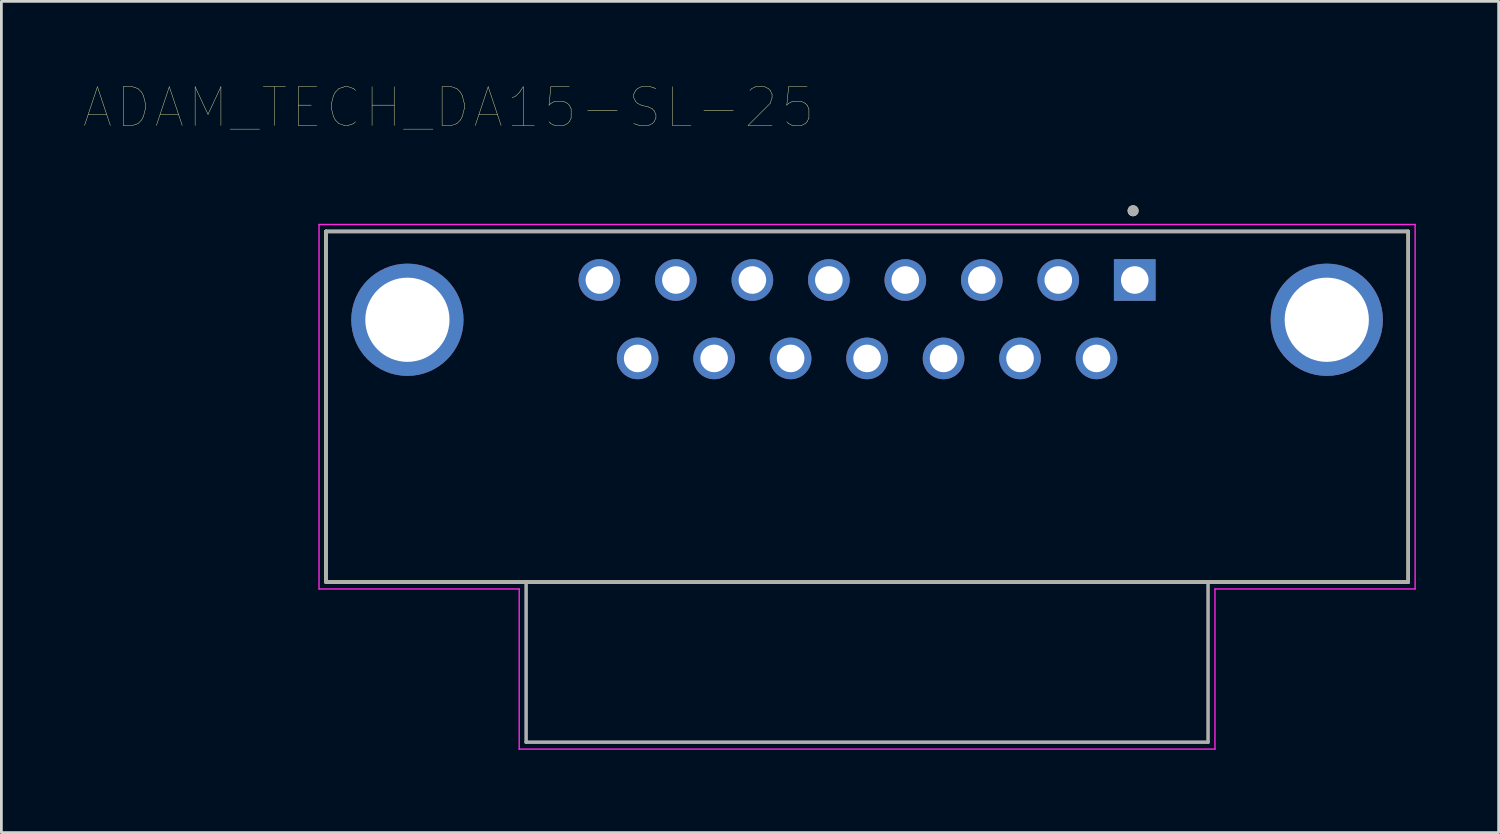
<source format=kicad_pcb>
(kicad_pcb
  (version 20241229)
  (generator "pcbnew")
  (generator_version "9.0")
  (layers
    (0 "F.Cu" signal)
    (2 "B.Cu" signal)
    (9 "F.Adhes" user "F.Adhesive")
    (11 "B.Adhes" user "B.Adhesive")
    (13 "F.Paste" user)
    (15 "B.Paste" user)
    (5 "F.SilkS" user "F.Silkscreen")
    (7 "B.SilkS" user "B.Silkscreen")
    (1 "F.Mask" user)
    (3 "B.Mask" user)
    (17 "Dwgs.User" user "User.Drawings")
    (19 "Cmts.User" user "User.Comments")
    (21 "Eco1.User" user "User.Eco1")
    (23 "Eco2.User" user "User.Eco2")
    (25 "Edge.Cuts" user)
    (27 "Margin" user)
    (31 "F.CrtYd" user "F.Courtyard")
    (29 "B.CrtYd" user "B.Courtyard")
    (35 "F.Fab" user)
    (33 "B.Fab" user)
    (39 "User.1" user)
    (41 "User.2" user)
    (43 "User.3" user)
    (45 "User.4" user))
  (footprint "ADAM_TECH_DA15-SL-25"
    (layer "F.Cu")
    (at 28.356 8.512)
    (property "Reference" "ADAM_TECH_DA15-SL-25" (at -15.159 -7.666 0) (layer "F.SilkS") (effects (font (size 1.402 1.402) (thickness 0.015))))
    (attr through_hole)
    (fp_line (start -19.6 -3.18) (end 19.6 -3.18) (stroke (width 0.127) (type solid)) (layer "F.SilkS"))
    (fp_line (start -19.6 9.52) (end -19.6 -3.18) (stroke (width 0.127) (type solid)) (layer "F.SilkS"))
    (fp_line (start 19.6 -3.18) (end 19.6 9.52) (stroke (width 0.127) (type solid)) (layer "F.SilkS"))
    (fp_line (start 19.6 9.52) (end -19.6 9.52) (stroke (width 0.127) (type solid)) (layer "F.SilkS"))
    (fp_circle (center 9.635 -3.928) (end 9.735 -3.928) (stroke (width 0.2) (type solid)) (fill no) (layer "F.SilkS"))
    (fp_line (start -19.85 -3.43) (end 19.85 -3.43) (stroke (width 0.05) (type solid)) (layer "F.CrtYd"))
    (fp_line (start -19.85 9.77) (end -19.85 -3.43) (stroke (width 0.05) (type solid)) (layer "F.CrtYd"))
    (fp_line (start -12.6 9.77) (end -19.85 9.77) (stroke (width 0.05) (type solid)) (layer "F.CrtYd"))
    (fp_line (start -12.6 15.57) (end -12.6 9.77) (stroke (width 0.05) (type solid)) (layer "F.CrtYd"))
    (fp_line (start 12.6 9.77) (end 12.6 15.57) (stroke (width 0.05) (type solid)) (layer "F.CrtYd"))
    (fp_line (start 12.6 15.57) (end -12.6 15.57) (stroke (width 0.05) (type solid)) (layer "F.CrtYd"))
    (fp_line (start 19.85 -3.43) (end 19.85 9.77) (stroke (width 0.05) (type solid)) (layer "F.CrtYd"))
    (fp_line (start 19.85 9.77) (end 12.6 9.77) (stroke (width 0.05) (type solid)) (layer "F.CrtYd"))
    (fp_line (start -19.6 -3.18) (end 19.6 -3.18) (stroke (width 0.127) (type solid)) (layer "F.Fab"))
    (fp_line (start -19.6 9.52) (end -19.6 -3.18) (stroke (width 0.127) (type solid)) (layer "F.Fab"))
    (fp_line (start -12.35 9.52) (end -19.6 9.52) (stroke (width 0.127) (type solid)) (layer "F.Fab"))
    (fp_line (start -12.35 15.32) (end -12.35 9.52) (stroke (width 0.127) (type solid)) (layer "F.Fab"))
    (fp_line (start 12.35 9.52) (end -12.35 9.52) (stroke (width 0.127) (type solid)) (layer "F.Fab"))
    (fp_line (start 12.35 9.52) (end 12.35 15.32) (stroke (width 0.127) (type solid)) (layer "F.Fab"))
    (fp_line (start 12.35 15.32) (end -12.35 15.32) (stroke (width 0.127) (type solid)) (layer "F.Fab"))
    (fp_line (start 19.6 -3.18) (end 19.6 9.52) (stroke (width 0.127) (type solid)) (layer "F.Fab"))
    (fp_line (start 19.6 9.52) (end 12.35 9.52) (stroke (width 0.127) (type solid)) (layer "F.Fab"))
    (fp_circle (center 9.635 -3.928) (end 9.735 -3.928) (stroke (width 0.2) (type solid)) (fill no) (layer "F.Fab"))
    (pad "1" thru_hole rect (at 9.695 -1.42) (size 1.508 1.508) (drill 1) (layers "*.Cu" "*.Mask"))
    (pad "2" thru_hole circle (at 6.925 -1.42) (size 1.508 1.508) (drill 1) (layers "*.Cu" "*.Mask"))
    (pad "3" thru_hole circle (at 4.155 -1.42) (size 1.508 1.508) (drill 1) (layers "*.Cu" "*.Mask"))
    (pad "4" thru_hole circle (at 1.385 -1.42) (size 1.508 1.508) (drill 1) (layers "*.Cu" "*.Mask"))
    (pad "5" thru_hole circle (at -1.385 -1.42) (size 1.508 1.508) (drill 1) (layers "*.Cu" "*.Mask"))
    (pad "6" thru_hole circle (at -4.155 -1.42) (size 1.508 1.508) (drill 1) (layers "*.Cu" "*.Mask"))
    (pad "7" thru_hole circle (at -6.925 -1.42) (size 1.508 1.508) (drill 1) (layers "*.Cu" "*.Mask"))
    (pad "8" thru_hole circle (at -9.695 -1.42) (size 1.508 1.508) (drill 1) (layers "*.Cu" "*.Mask"))
    (pad "9" thru_hole circle (at 8.31 1.42) (size 1.508 1.508) (drill 1) (layers "*.Cu" "*.Mask"))
    (pad "10" thru_hole circle (at 5.54 1.42) (size 1.508 1.508) (drill 1) (layers "*.Cu" "*.Mask"))
    (pad "11" thru_hole circle (at 2.77 1.42) (size 1.508 1.508) (drill 1) (layers "*.Cu" "*.Mask"))
    (pad "12" thru_hole circle (at 0 1.42) (size 1.508 1.508) (drill 1) (layers "*.Cu" "*.Mask"))
    (pad "13" thru_hole circle (at -2.77 1.42) (size 1.508 1.508) (drill 1) (layers "*.Cu" "*.Mask"))
    (pad "14" thru_hole circle (at -5.54 1.42) (size 1.508 1.508) (drill 1) (layers "*.Cu" "*.Mask"))
    (pad "15" thru_hole circle (at -8.31 1.42) (size 1.508 1.508) (drill 1) (layers "*.Cu" "*.Mask"))
    (pad "S1" thru_hole circle (at -16.65 0.02) (size 4.066 4.066) (drill 3.05) (layers "*.Cu" "*.Mask"))
    (pad "S2" thru_hole circle (at 16.65 0.02) (size 4.066 4.066) (drill 3.05) (layers "*.Cu" "*.Mask")))
  (gr_rect
    (start -3 -3)
    (end 51.231 27.107)
    (stroke (width 0.1) (type default))
    (fill no)
    (layer "Edge.Cuts")))
</source>
